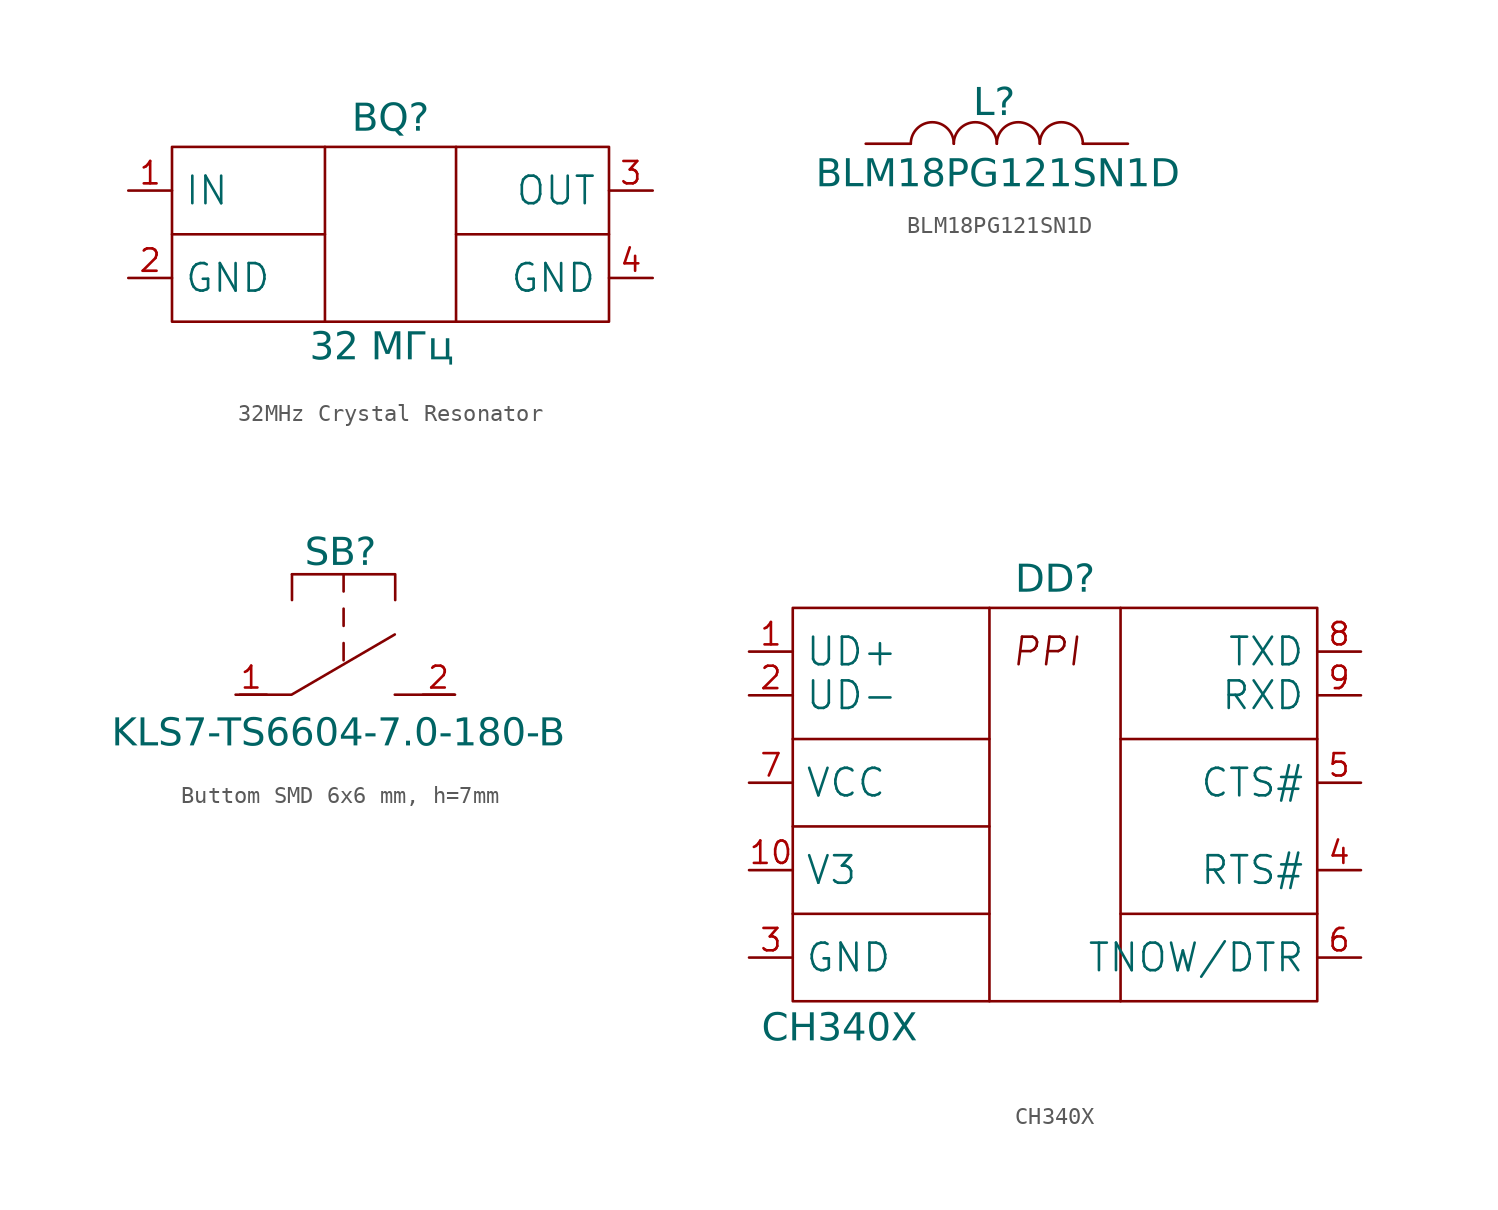
<source format=kicad_sym>
(kicad_symbol_lib
  (version 20231120)
  (generator "kicad_symbol_editor")
  (generator_version "8.0")
  (symbol "32MHz Crystal Resonator"
    (pin_names
      (offset 0.7))
    (property "Reference" "BQ"
      (at 0 5.08 0)
      (effects (font (face "GOST type A") (size 1.6 1.6) (italic yes)) (justify top)))
    (property "Value" "32 МГц"
      (at -0.508 -9.144 0)
      (effects (font (face "GOST type A") (size 1.6 1.6) (italic yes))))
    (symbol "32MHz Crystal Resonator_0_1"
      (polyline (pts (xy -12.7 -2.54) (xy -3.81 -2.54)) (stroke (width 0) (type default)) (fill (type none)))
      (polyline (pts (xy -3.81 2.54) (xy -3.81 -7.62)) (stroke (width 0) (type default)) (fill (type none)))
      (polyline (pts (xy 3.81 -2.54) (xy 12.7 -2.54)) (stroke (width 0) (type default)) (fill (type none)))
      (polyline (pts (xy 3.81 2.54) (xy 3.81 -7.62)) (stroke (width 0) (type default)) (fill (type none))))
    (symbol "32MHz Crystal Resonator_1_1"
      (polyline (pts (xy -12.7 -7.62) (xy -12.7 2.54) (xy 12.7 2.54) (xy 12.7 -7.62) (xy -12.7 -7.62) (xy -12.7 -7.62)) (stroke (width 0) (type default)) (fill (type none)))
      (pin passive line (at -15.24 0 0) (length 2.54) (name "IN" (effects (font (size 1.6 1.6)))) (number "1" (effects (font (size 1.3 1.3)))))
      (pin passive line (at -15.24 -5.08 0) (length 2.54) (name "GND" (effects (font (size 1.6 1.6)))) (number "2" (effects (font (size 1.3 1.3)))))
      (pin passive line (at 15.24 0 180) (length 2.54) (name "OUT" (effects (font (size 1.6 1.6)))) (number "3" (effects (font (size 1.3 1.3)))))
      (pin passive line (at 15.24 -5.08 180) (length 2.54) (name "GND" (effects (font (size 1.6 1.6)))) (number "4" (effects (font (size 1.3 1.3)))))))
  (symbol "BLM18PG121SN1D"
    (pin_numbers hide)
    (pin_names
      (offset 0) hide)
    (property "Reference" "L"
      (at -0.157 3.269 0)
      (effects (font (face "GOST type A") (size 1.6 1.6) (italic yes)) (justify top)))
    (property "Value" "BLM18PG121SN1D"
      (at 0.056 -1.807 0)
      (effects (font (face "GOST type A") (size 1.6 1.6) (italic yes))))
    (symbol "BLM18PG121SN1D_0_1"
      (arc (start -2.5 0) (mid -3.75 1.25) (end -5 0) (stroke (width 0) (type default)) (fill (type none)))
      (arc (start 0 0) (mid -1.25 1.25) (end -2.5 0) (stroke (width 0) (type default)) (fill (type none)))
      (arc (start 2.5 0) (mid 1.25 1.25) (end 0 0) (stroke (width 0) (type default)) (fill (type none)))
      (arc (start 5 0) (mid 3.75 1.25) (end 2.5 0) (stroke (width 0) (type default)) (fill (type none))))
    (symbol "BLM18PG121SN1D_1_1"
      (pin passive line (at -7.62 0 0) (length 2.62) (name "~" (effects (font (size 1.27 1.27)))) (number "1" (effects (font (size 1.27 1.27)))))
      (pin passive line (at 7.62 0 180) (length 2.62) (name "~" (effects (font (size 1.27 1.27)))) (number "2" (effects (font (size 1.27 1.27)))))))
  (symbol "Buttom SMD 6x6 mm, h=7mm"
    (pin_names
      (offset 0) hide)
    (property "Reference" "SB"
      (at 6.096 9.144 0)
      (effects (font (face "GOST type A") (size 1.6 1.6) (italic yes)) (justify top)))
    (property "Value" "KLS7-TS6604-7.0-180-B"
      (at 5.969 -2.286 0)
      (effects (font (face "GOST type A") (size 1.6 1.6) (italic yes))))
    (symbol "Buttom SMD 6x6 mm, h=7mm_0_1"
      (polyline (pts (xy 3.278 7) (xy 3.278 5.5)) (stroke (width 0) (type default)) (fill (type none)))
      (polyline (pts (xy 6.278 2) (xy 6.278 3)) (stroke (width 0) (type default)) (fill (type none)))
      (polyline (pts (xy 6.278 4) (xy 6.278 5)) (stroke (width 0) (type default)) (fill (type none)))
      (polyline (pts (xy 6.278 6) (xy 6.278 7)) (stroke (width 0) (type default)) (fill (type none)))
      (polyline (pts (xy 9.254 0) (xy 12.754 0)) (stroke (width 0) (type default)) (fill (type none)))
      (polyline (pts (xy 0.254 0) (xy 3.254 0) (xy 9.254 3.5)) (stroke (width 0) (type default)) (fill (type none)))
      (polyline (pts (xy 3.278 7) (xy 9.278 7) (xy 9.278 5.5)) (stroke (width 0) (type default)) (fill (type none))))
    (symbol "Buttom SMD 6x6 mm, h=7mm_1_1"
      (pin passive line (at 0 0 0) (length 1.81) (name "~" (effects (font (size 1.27 1.27)))) (number "1" (effects (font (size 1.27 1.27)))))
      (pin passive line (at 12.7 0 180) (length 1.81) (name "2" (effects (font (size 1.27 1.27)))) (number "2" (effects (font (size 1.27 1.27)))))))
  (symbol "CH340X"
    (pin_names
      (offset 0.7))
    (property "Reference" "DD"
      (at 0 5.08 0)
      (effects (font (face "GOST type A") (size 1.6 1.6) (italic yes)) (justify top)))
    (property "Value" "CH340X"
      (at -12.524 -21.929 0)
      (effects (font (face "GOST type A") (size 1.6 1.6) (italic yes))))
    (symbol "CH340X_0_1"
      (polyline (pts (xy -15.24 -15.24) (xy -3.81 -15.24)) (stroke (width 0) (type default)) (fill (type none)))
      (polyline (pts (xy -15.24 -10.16) (xy -3.81 -10.16)) (stroke (width 0) (type default)) (fill (type none)))
      (polyline (pts (xy -15.24 -5.08) (xy -3.81 -5.08)) (stroke (width 0) (type default)) (fill (type none)))
      (polyline (pts (xy -3.81 2.54) (xy -3.81 -20.32)) (stroke (width 0) (type default)) (fill (type none)))
      (polyline (pts (xy 3.81 -15.24) (xy 15.24 -15.24)) (stroke (width 0) (type default)) (fill (type none)))
      (polyline (pts (xy 3.81 -5.08) (xy 15.24 -5.08)) (stroke (width 0) (type default)) (fill (type none)))
      (polyline (pts (xy 3.81 2.54) (xy 3.81 -20.32)) (stroke (width 0) (type default)) (fill (type none))))
    (symbol "CH340X_1_1"
      (polyline (pts (xy -15.24 -20.32) (xy -15.24 2.54) (xy 15.24 2.54) (xy 15.24 -20.32) (xy -15.24 -20.32) (xy -12.7 -20.32)) (stroke (width 0) (type default)) (fill (type none)))
      (text "PPI" (at -0.508 0 0) (effects (font (size 1.6 1.6) (italic yes))))
      (pin passive line (at -17.78 0 0) (length 2.54) (name "UD+" (effects (font (size 1.6 1.6)))) (number "1" (effects (font (size 1.3 1.3)))))
      (pin passive line (at -17.78 -12.7 0) (length 2.54) (name "V3" (effects (font (size 1.6 1.6)))) (number "10" (effects (font (size 1.3 1.3)))))
      (pin passive line (at -17.78 -2.54 0) (length 2.54) (name "UD-" (effects (font (size 1.6 1.6)))) (number "2" (effects (font (size 1.3 1.3)))))
      (pin passive line (at -17.78 -17.78 0) (length 2.54) (name "GND" (effects (font (size 1.6 1.6)))) (number "3" (effects (font (size 1.3 1.3)))))
      (pin passive line (at 17.78 -12.7 180) (length 2.54) (name "RTS#" (effects (font (size 1.6 1.6)))) (number "4" (effects (font (size 1.3 1.3)))))
      (pin passive line (at 17.78 -7.62 180) (length 2.54) (name "CTS#" (effects (font (size 1.6 1.6)))) (number "5" (effects (font (size 1.3 1.3)))))
      (pin passive line (at 17.78 -17.78 180) (length 2.54) (name "TNOW/DTR" (effects (font (size 1.6 1.6)))) (number "6" (effects (font (size 1.3 1.3)))))
      (pin passive line (at -17.78 -7.62 0) (length 2.54) (name "VCC" (effects (font (size 1.6 1.6)))) (number "7" (effects (font (size 1.3 1.3)))))
      (pin passive line (at 17.78 0 180) (length 2.54) (name "TXD" (effects (font (size 1.6 1.6)))) (number "8" (effects (font (size 1.3 1.3)))))
      (pin passive line (at 17.78 -2.54 180) (length 2.54) (name "RXD" (effects (font (size 1.6 1.6)))) (number "9" (effects (font (size 1.3 1.3))))))))
</source>
